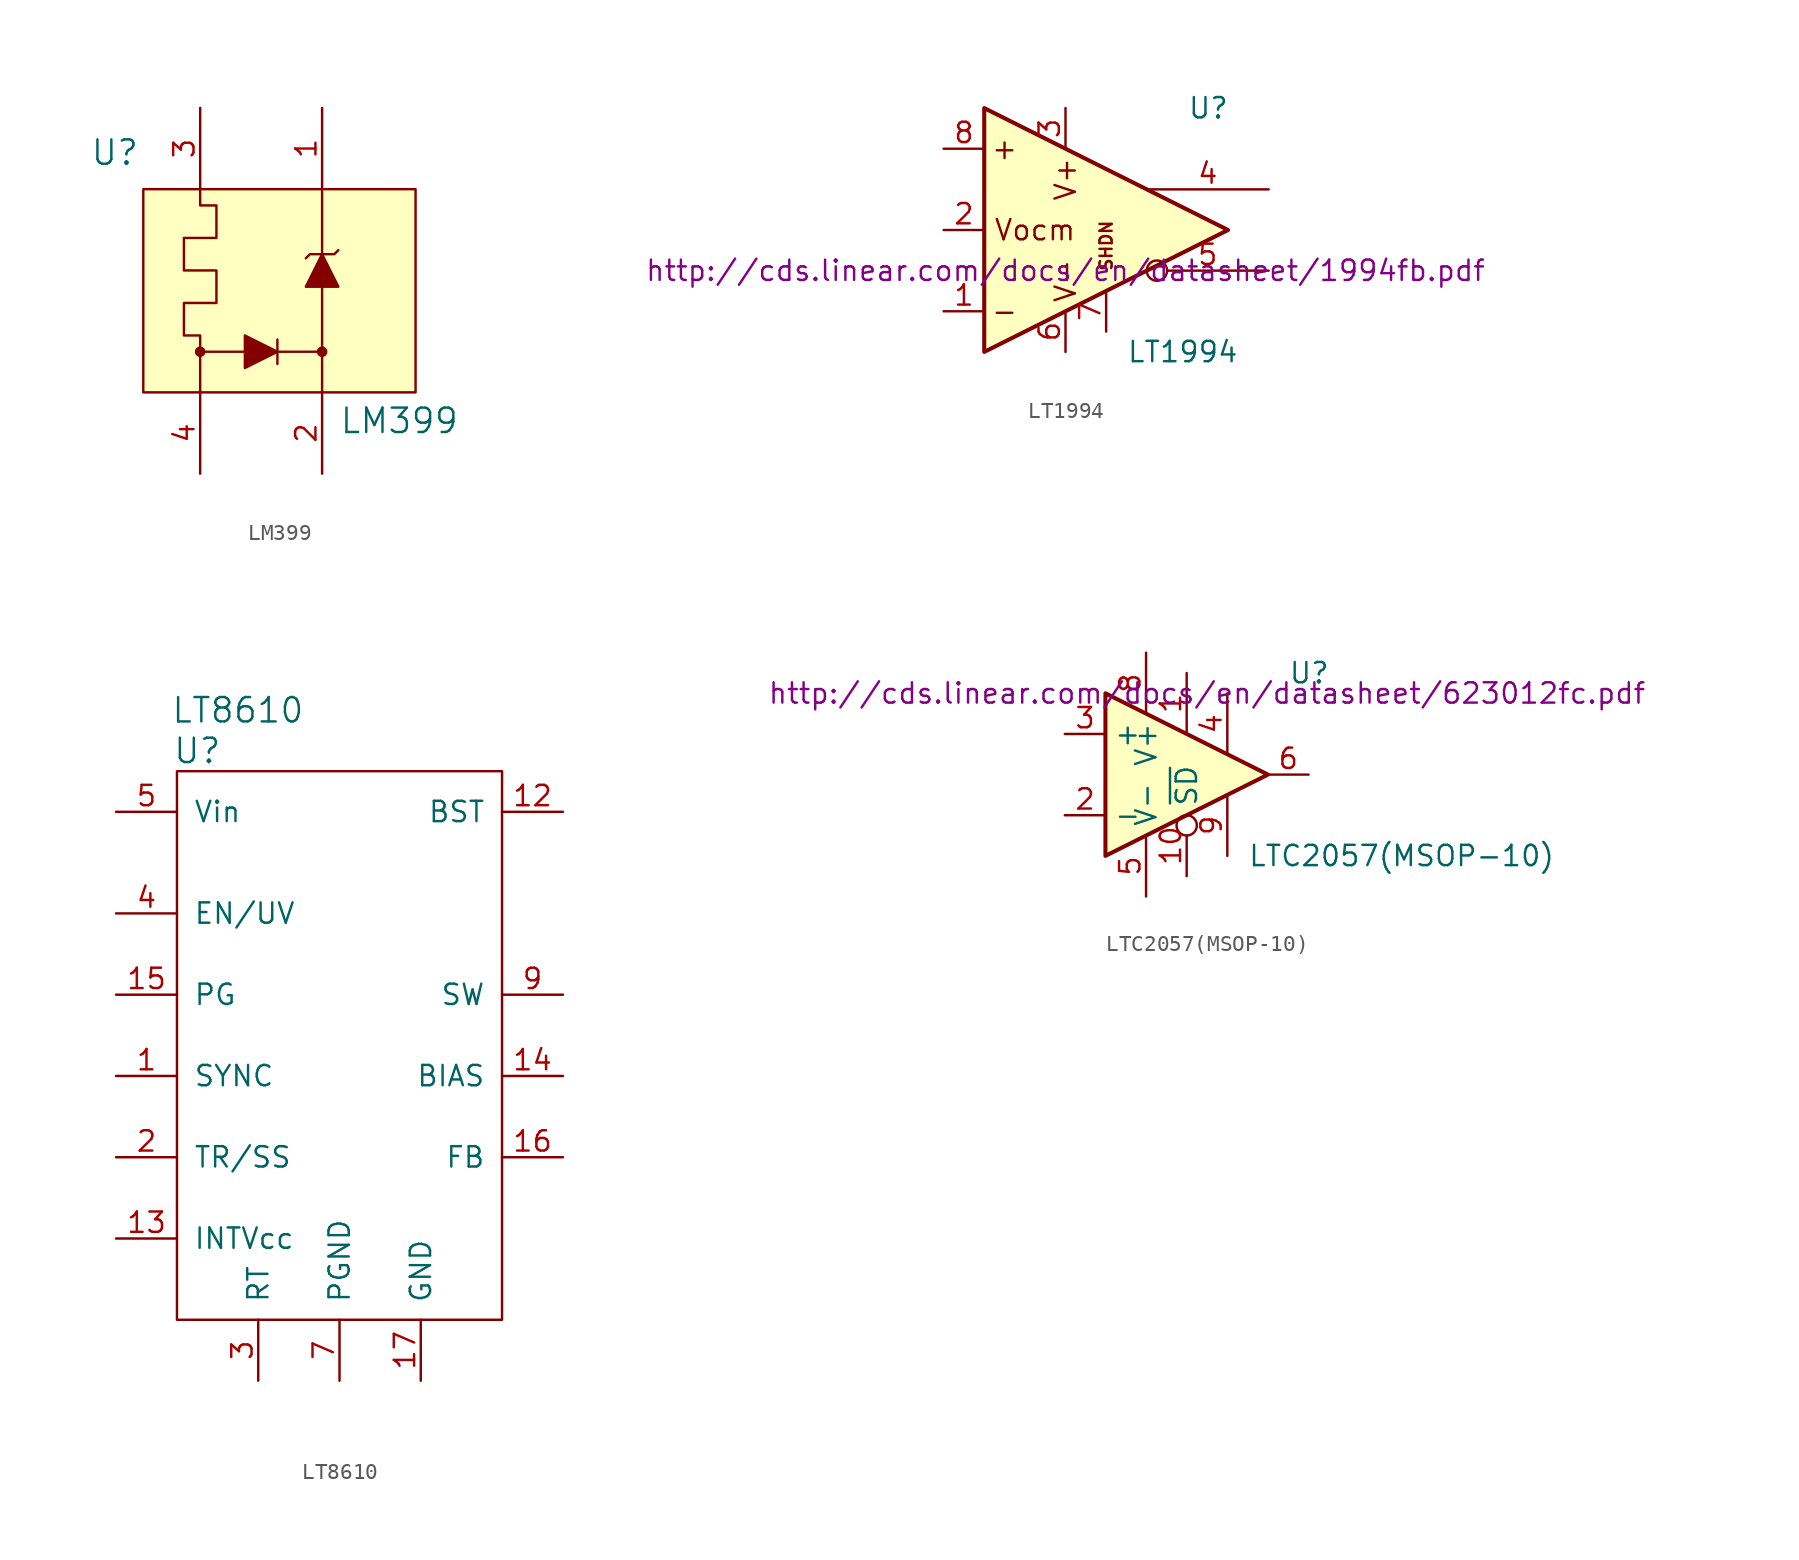
<source format=kicad_sym>
(kicad_symbol_lib
  (version 20211014)
  (generator kicad_symbol_editor)
  (symbol "LM399"
    (pin_names
      (offset 1.016) hide)
    (property "Reference" "U"
      (at -9.144 8.636 0)
      (effects (font (size 1.524 1.524))))
    (property "Value" "LM399"
      (at 8.636 -8.128 0)
      (effects (font (size 1.524 1.524))))
    (symbol "LM399_0_1"
      (rectangle (start -7.366 6.35) (end 9.652 -6.35) (stroke (width 0) (type default) (color 0 0 0 0)) (fill (type background)))
      (circle (center -3.81 -3.81) (radius 0.254) (stroke (width 0) (type default) (color 0 0 0 0)) (fill (type outline)))
      (polyline (pts (xy -3.81 -3.81) (xy -3.81 -6.35)) (stroke (width 0) (type default) (color 0 0 0 0)) (fill (type none)))
      (polyline (pts (xy -3.81 -3.81) (xy -1.016 -3.81)) (stroke (width 0) (type default) (color 0 0 0 0)) (fill (type none)))
      (polyline (pts (xy 1.016 -3.81) (xy 3.81 -3.81)) (stroke (width 0) (type default) (color 0 0 0 0)) (fill (type none)))
      (polyline (pts (xy 1.016 -3.048) (xy 1.016 -4.572)) (stroke (width 0) (type default) (color 0 0 0 0)) (fill (type none)))
      (polyline (pts (xy 3.81 -3.81) (xy 3.81 -6.35)) (stroke (width 0) (type default) (color 0 0 0 0)) (fill (type none)))
      (polyline (pts (xy 3.81 -3.81) (xy 3.81 0.254)) (stroke (width 0) (type default) (color 0 0 0 0)) (fill (type none)))
      (polyline (pts (xy 3.81 2.286) (xy 3.81 6.35)) (stroke (width 0) (type default) (color 0 0 0 0)) (fill (type none)))
      (polyline (pts (xy -1.016 -2.794) (xy -1.016 -4.826) (xy 1.016 -3.81) (xy -1.016 -2.794)) (stroke (width 0) (type default) (color 0 0 0 0)) (fill (type outline)))
      (polyline (pts (xy 2.794 2.032) (xy 3.048 2.286) (xy 4.572 2.286) (xy 4.826 2.54)) (stroke (width 0) (type default) (color 0 0 0 0)) (fill (type none)))
      (polyline (pts (xy 4.826 0.254) (xy 2.794 0.254) (xy 3.81 2.286) (xy 4.826 0.254)) (stroke (width 0) (type default) (color 0 0 0 0)) (fill (type outline)))
      (polyline (pts (xy -3.81 6.35) (xy -3.81 5.334) (xy -2.794 5.334) (xy -2.794 3.302) (xy -4.826 3.302) (xy -4.826 1.27) (xy -2.794 1.27) (xy -2.794 -0.762) (xy -4.826 -0.762) (xy -4.826 -2.794) (xy -3.81 -2.794) (xy -3.81 -3.81)) (stroke (width 0) (type default) (color 0 0 0 0)) (fill (type none)))
      (circle (center 3.81 -3.81) (radius 0.254) (stroke (width 0) (type default) (color 0 0 0 0)) (fill (type outline))))
    (symbol "LM399_1_1"
      (pin passive line (at 3.81 11.43 270) (length 5.08) (name "~" (effects (font (size 1.27 1.27)))) (number "1" (effects (font (size 1.27 1.27)))))
      (pin passive line (at 3.81 -11.43 90) (length 5.08) (name "~" (effects (font (size 1.27 1.27)))) (number "2" (effects (font (size 1.27 1.27)))))
      (pin passive line (at -3.81 11.43 270) (length 5.08) (name "~" (effects (font (size 1.27 1.27)))) (number "3" (effects (font (size 1.27 1.27)))))
      (pin passive line (at -3.81 -11.43 90) (length 5.08) (name "~" (effects (font (size 1.27 1.27)))) (number "4" (effects (font (size 1.27 1.27)))))))
  (symbol "LT1994"
    (pin_names
      (offset 1.016))
    (property "Reference" "U"
      (at 7.62 7.62 0)
      (effects (font (size 1.27 1.27)) (justify left)))
    (property "Value" "LT1994"
      (at 3.81 -7.62 0)
      (effects (font (size 1.27 1.27)) (justify left)))
    (property "Footprint" ""
      (at 0 -2.54 0)
      (effects (font (size 1.27 1.27))))
    (property "Datasheet" "http://cds.linear.com/docs/en/datasheet/1994fb.pdf"
      (at 0 -2.54 0)
      (effects (font (size 1.27 1.27))))
    (symbol "LT1994_0_0"
      (text " SHDN" (at 2.54 -1.27 900) (effects (font (size 0.762 0.762))))
      (text "+" (at -3.81 5.08 0) (effects (font (size 1.27 1.27))))
      (text "-" (at -3.81 -5.08 0) (effects (font (size 1.27 1.27))))
      (text "V+" (at 0 3.175 900) (effects (font (size 1.27 1.27))))
      (text "V-" (at 0 -3.175 900) (effects (font (size 1.27 1.27))))
      (text "Vocm" (at -1.905 0 0) (effects (font (size 1.27 1.27)))))
    (symbol "LT1994_0_1"
      (polyline (pts (xy -5.08 7.62) (xy -5.08 -7.62) (xy 10.16 0) (xy -5.08 7.62)) (stroke (width 0.254) (type default) (color 0 0 0 0)) (fill (type background))))
    (symbol "LT1994_1_1"
      (pin input line (at -7.62 -5.08 0) (length 2.54) (name "~" (effects (font (size 1.27 1.27)))) (number "1" (effects (font (size 1.27 1.27)))))
      (pin input line (at -7.62 0 0) (length 2.54) (name "~" (effects (font (size 1.27 1.27)))) (number "2" (effects (font (size 1.27 1.27)))))
      (pin power_in line (at 0 7.62 270) (length 2.54) (name "~" (effects (font (size 1.27 1.27)))) (number "3" (effects (font (size 1.27 1.27)))))
      (pin output line (at 12.7 2.54 180) (length 7.62) (name "~" (effects (font (size 1.27 1.27)))) (number "4" (effects (font (size 1.27 1.27)))))
      (pin output inverted (at 12.7 -2.54 180) (length 7.62) (name "~" (effects (font (size 1.27 1.27)))) (number "5" (effects (font (size 1.27 1.27)))))
      (pin power_in line (at 0 -7.62 90) (length 2.54) (name "~" (effects (font (size 1.27 1.27)))) (number "6" (effects (font (size 1.27 1.27)))))
      (pin input line (at 2.54 -6.35 90) (length 2.54) (name "~" (effects (font (size 1.27 1.27)))) (number "7" (effects (font (size 1.27 1.27)))))
      (pin input line (at -7.62 5.08 0) (length 2.54) (name "~" (effects (font (size 1.27 1.27)))) (number "8" (effects (font (size 1.27 1.27)))))))
  (symbol "LT8610"
    (pin_names
      (offset 1.016))
    (property "Reference" "U"
      (at -8.89 41.91 0)
      (effects (font (size 1.524 1.524))))
    (property "Value" "LT8610"
      (at -6.35 44.45 0)
      (effects (font (size 1.524 1.524))))
    (symbol "LT8610_0_0"
      (rectangle (start -10.16 6.35) (end 10.16 40.64) (stroke (width 0) (type default) (color 0 0 0 0)) (fill (type none))))
    (symbol "LT8610_1_1"
      (pin input line (at -13.97 21.59 0) (length 3.81) (name "SYNC" (effects (font (size 1.27 1.27)))) (number "1" (effects (font (size 1.27 1.27)))))
      (pin passive line (at 13.97 26.67 180) (length 3.81) hide (name "SW" (effects (font (size 1.27 1.27)))) (number "10" (effects (font (size 1.27 1.27)))))
      (pin passive line (at 13.97 26.67 180) (length 3.81) hide (name "SW" (effects (font (size 1.27 1.27)))) (number "11" (effects (font (size 1.27 1.27)))))
      (pin passive line (at 13.97 38.1 180) (length 3.81) (name "BST" (effects (font (size 1.27 1.27)))) (number "12" (effects (font (size 1.27 1.27)))))
      (pin passive line (at -13.97 11.43 0) (length 3.81) (name "INTVcc" (effects (font (size 1.27 1.27)))) (number "13" (effects (font (size 1.27 1.27)))))
      (pin passive line (at 13.97 21.59 180) (length 3.81) (name "BIAS" (effects (font (size 1.27 1.27)))) (number "14" (effects (font (size 1.27 1.27)))))
      (pin output line (at -13.97 26.67 0) (length 3.81) (name "PG" (effects (font (size 1.27 1.27)))) (number "15" (effects (font (size 1.27 1.27)))))
      (pin passive line (at 13.97 16.51 180) (length 3.81) (name "FB" (effects (font (size 1.27 1.27)))) (number "16" (effects (font (size 1.27 1.27)))))
      (pin passive line (at 5.08 2.54 90) (length 3.81) (name "GND" (effects (font (size 1.27 1.27)))) (number "17" (effects (font (size 1.27 1.27)))))
      (pin passive line (at -13.97 16.51 0) (length 3.81) (name "TR/SS" (effects (font (size 1.27 1.27)))) (number "2" (effects (font (size 1.27 1.27)))))
      (pin passive line (at -5.08 2.54 90) (length 3.81) (name "RT" (effects (font (size 1.27 1.27)))) (number "3" (effects (font (size 1.27 1.27)))))
      (pin passive line (at -13.97 31.75 0) (length 3.81) (name "EN/UV" (effects (font (size 1.27 1.27)))) (number "4" (effects (font (size 1.27 1.27)))))
      (pin power_in line (at -13.97 38.1 0) (length 3.81) (name "Vin" (effects (font (size 1.27 1.27)))) (number "5" (effects (font (size 1.27 1.27)))))
      (pin passive line (at -13.97 38.1 0) (length 3.81) hide (name "Vin" (effects (font (size 1.27 1.27)))) (number "6" (effects (font (size 1.27 1.27)))))
      (pin power_in line (at 0 2.54 90) (length 3.81) (name "PGND" (effects (font (size 1.27 1.27)))) (number "7" (effects (font (size 1.27 1.27)))))
      (pin passive line (at 0 2.54 90) (length 3.81) hide (name "PGND" (effects (font (size 1.27 1.27)))) (number "8" (effects (font (size 1.27 1.27)))))
      (pin passive line (at 13.97 26.67 180) (length 3.81) (name "SW" (effects (font (size 1.27 1.27)))) (number "9" (effects (font (size 1.27 1.27)))))))
  (symbol "LTC2057(MSOP-10)"
    (property "Reference" "U"
      (at 6.35 6.35 0)
      (effects (font (size 1.27 1.27)) (justify left)))
    (property "Value" "LTC2057(MSOP-10)"
      (at 3.81 -5.08 0)
      (effects (font (size 1.27 1.27)) (justify left)))
    (property "Datasheet" "http://cds.linear.com/docs/en/datasheet/623012fc.pdf"
      (at 1.27 5.08 0)
      (effects (font (size 1.27 1.27))))
    (symbol "LTC2057(MSOP-10)_0_1"
      (polyline (pts (xy -5.08 5.08) (xy 5.08 0) (xy -5.08 -5.08) (xy -5.08 5.08)) (stroke (width 0.254) (type default) (color 0 0 0 0)) (fill (type background)))
      (pin input line (at 0 6.35 270) (length 3.81) (name "~" (effects (font (size 1.27 1.27)))) (number "1" (effects (font (size 1.27 1.27)))))
      (pin input inverted (at 0 -6.35 90) (length 3.81) (name "~{SD}" (effects (font (size 1.27 1.27)))) (number "10" (effects (font (size 1.27 1.27)))))
      (pin input line (at 2.54 5.08 270) (length 3.81) (name "~" (effects (font (size 1.27 1.27)))) (number "4" (effects (font (size 1.27 1.27)))))
      (pin power_in line (at -2.54 -7.62 90) (length 3.81) (name "V-" (effects (font (size 1.27 1.27)))) (number "5" (effects (font (size 1.27 1.27)))))
      (pin power_in line (at -2.54 7.62 270) (length 3.81) (name "V+" (effects (font (size 1.27 1.27)))) (number "8" (effects (font (size 1.27 1.27)))))
      (pin input line (at 2.54 -5.08 90) (length 3.81) (name "~" (effects (font (size 1.27 1.27)))) (number "9" (effects (font (size 1.27 1.27))))))
    (symbol "LTC2057(MSOP-10)_1_1"
      (pin input line (at -7.62 -2.54 0) (length 2.54) (name "-" (effects (font (size 1.27 1.27)))) (number "2" (effects (font (size 1.27 1.27)))))
      (pin input line (at -7.62 2.54 0) (length 2.54) (name "+" (effects (font (size 1.27 1.27)))) (number "3" (effects (font (size 1.27 1.27)))))
      (pin output line (at 7.62 0 180) (length 2.54) (name "~" (effects (font (size 1.27 1.27)))) (number "6" (effects (font (size 1.27 1.27))))))))
</source>
